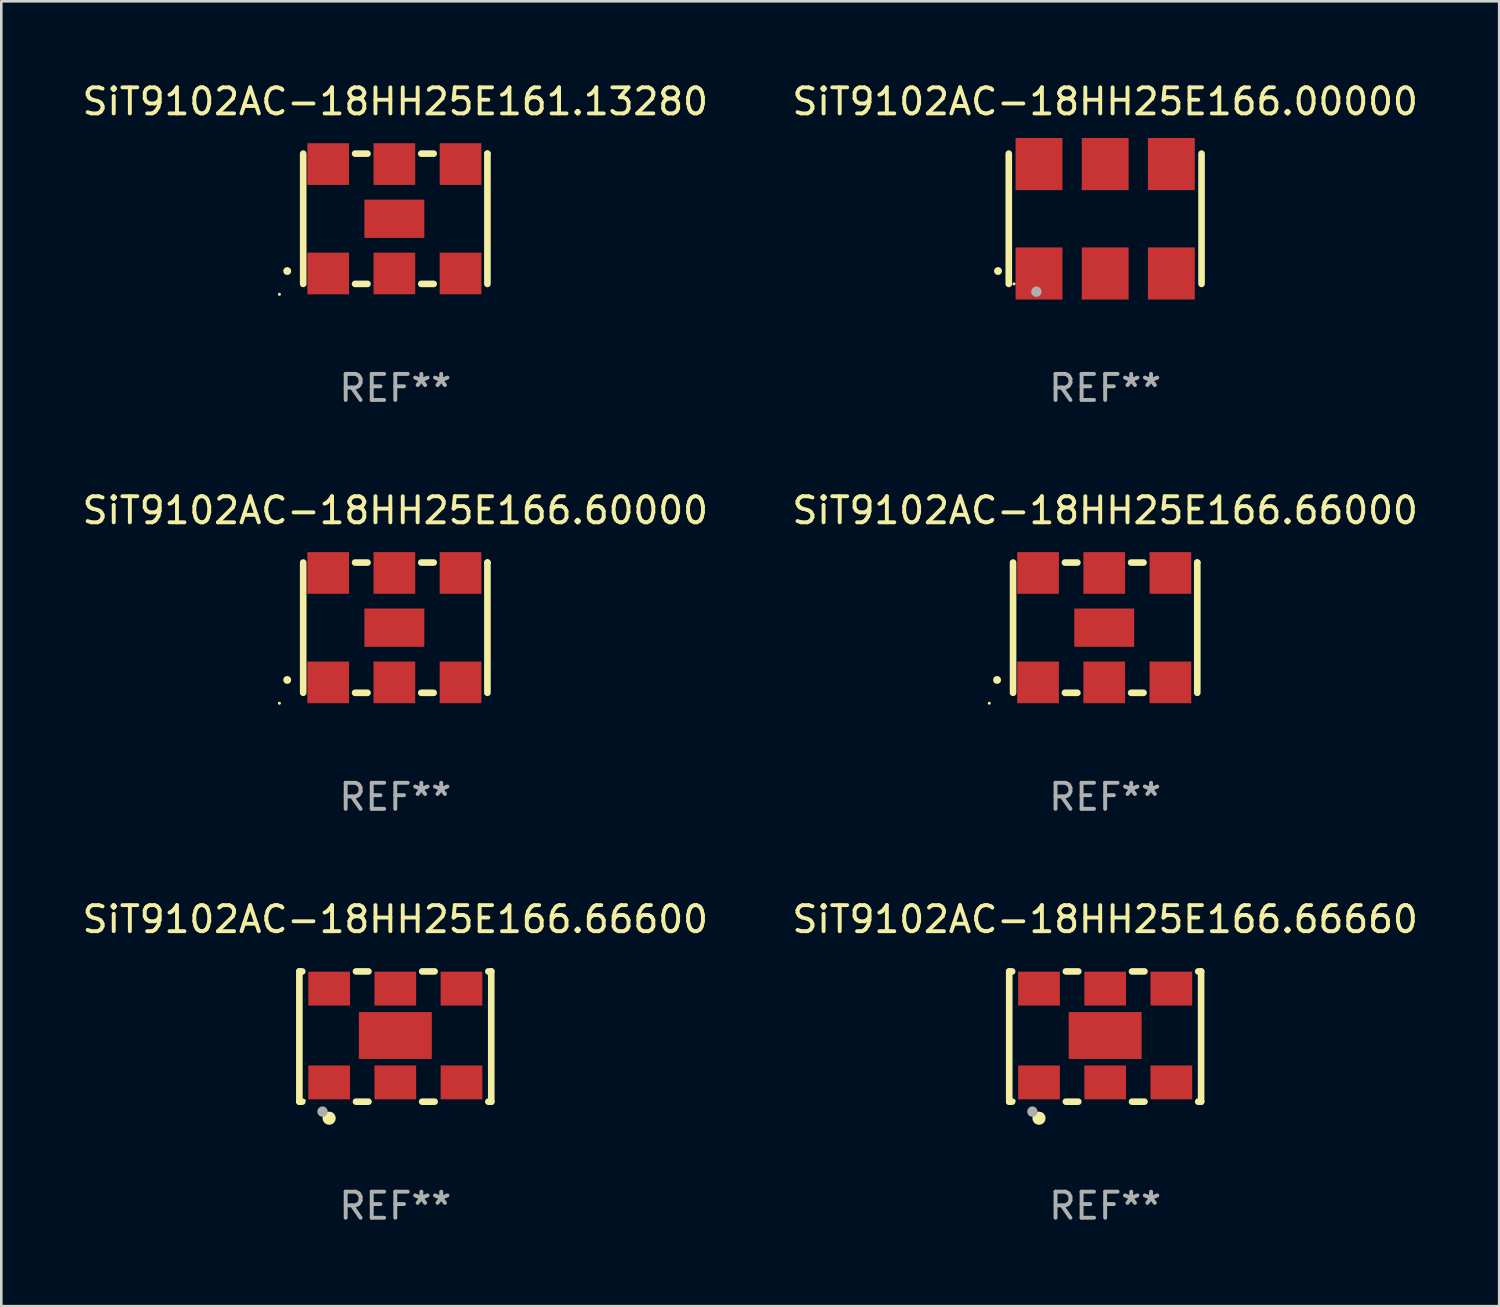
<source format=kicad_pcb>
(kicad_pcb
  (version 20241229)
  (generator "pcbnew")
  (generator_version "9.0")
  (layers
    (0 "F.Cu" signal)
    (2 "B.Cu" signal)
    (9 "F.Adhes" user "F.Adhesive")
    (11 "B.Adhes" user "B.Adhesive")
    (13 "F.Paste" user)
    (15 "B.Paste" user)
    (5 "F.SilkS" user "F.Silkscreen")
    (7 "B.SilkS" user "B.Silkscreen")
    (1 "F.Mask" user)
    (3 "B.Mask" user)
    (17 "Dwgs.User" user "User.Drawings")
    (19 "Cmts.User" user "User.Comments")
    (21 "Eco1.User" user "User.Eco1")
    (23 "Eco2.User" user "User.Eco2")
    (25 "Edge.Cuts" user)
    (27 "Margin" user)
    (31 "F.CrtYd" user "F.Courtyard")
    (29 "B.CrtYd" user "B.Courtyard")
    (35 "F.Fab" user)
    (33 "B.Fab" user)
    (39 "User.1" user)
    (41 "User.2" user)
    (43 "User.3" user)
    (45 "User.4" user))
  (footprint "SiT9102AC-18HH25E161.13280"
    (layer "F.Cu")
    (at 12.125 5.348)
    (property "Reference" "SiT9102AC-18HH25E161.13280" (at 0 -4.5 0) (layer "F.SilkS") (effects (font (size 1 1) (thickness 0.15))))
    (attr through_hole)
    (fp_line (start -3.536 -2.5) (end -3.536 2.5) (stroke (width 0.254) (type solid)) (layer "F.SilkS"))
    (fp_line (start -1.544 2.5) (end -1.067 2.5) (stroke (width 0.254) (type solid)) (layer "F.SilkS"))
    (fp_line (start -1.067 -2.5) (end -1.544 -2.5) (stroke (width 0.254) (type solid)) (layer "F.SilkS"))
    (fp_line (start 0.996 2.5) (end 1.473 2.5) (stroke (width 0.254) (type solid)) (layer "F.SilkS"))
    (fp_line (start 1.473 -2.5) (end 0.996 -2.5) (stroke (width 0.254) (type solid)) (layer "F.SilkS"))
    (fp_line (start 3.536 -2.5) (end 3.536 -2.5) (stroke (width 0.254) (type solid)) (layer "F.SilkS"))
    (fp_line (start 3.536 2.5) (end 3.536 -2.5) (stroke (width 0.254) (type solid)) (layer "F.SilkS"))
    (fp_arc (start -4.150432 2.006604) (mid -4.149162 2.006599) (end -4.147892 2.006604) (stroke (width 0.3) (type solid)) (layer "F.SilkS"))
    (fp_circle (center -4.449 2.9) (end -4.419 2.9) (stroke (width 0.06) (type solid)) (fill no) (layer "F.SilkS"))
    (fp_text user "REF**" (at 0 6.5 0) (layer "F.Fab") (effects (font (size 1 1) (thickness 0.15))))
    (pad "1" smd rect (at -2.576 2.1) (size 1.6 1.6) (layers "F.Cu" "F.Mask" "F.Paste"))
    (pad "2" smd rect (at -0.036 2.1) (size 1.6 1.6) (layers "F.Cu" "F.Mask" "F.Paste"))
    (pad "3" smd rect (at 2.504 2.1) (size 1.6 1.6) (layers "F.Cu" "F.Mask" "F.Paste"))
    (pad "4" smd rect (at 2.504 -2.1) (size 1.6 1.6) (layers "F.Cu" "F.Mask" "F.Paste"))
    (pad "5" smd rect (at -0.036 -2.1) (size 1.6 1.6) (layers "F.Cu" "F.Mask" "F.Paste"))
    (pad "6" smd rect (at -2.576 -2.1) (size 1.6 1.6) (layers "F.Cu" "F.Mask" "F.Paste"))
    (pad "7" smd rect (at -0.036 0) (size 2.3 1.47) (layers "F.Cu" "F.Mask" "F.Paste")))
  (footprint "SiT9102AC-18HH25E166.00000"
    (layer "F.Cu")
    (at 39.375 5.348)
    (property "Reference" "SiT9102AC-18HH25E166.00000" (at 0 -4.5 0) (layer "F.SilkS") (effects (font (size 1 1) (thickness 0.15))))
    (attr through_hole)
    (fp_line (start -3.7 -2.5) (end -3.7 2.5) (stroke (width 0.254) (type solid)) (layer "F.SilkS"))
    (fp_line (start 3.7 -2.5) (end 3.7 2.5) (stroke (width 0.254) (type solid)) (layer "F.SilkS"))
    (fp_arc (start -4.114415 2.006604) (mid -4.113145 2.006599) (end -4.111875 2.006604) (stroke (width 0.3) (type solid)) (layer "F.SilkS"))
    (fp_circle (center -3.5 2.501) (end -3.47 2.501) (stroke (width 0.06) (type solid)) (fill no) (layer "F.SilkS"))
    (fp_circle (center -2.641 2.799) (end -2.541 2.799) (stroke (width 0.2) (type solid)) (fill no) (layer "F.Fab"))
    (fp_text user "REF**" (at 0 6.5 0) (layer "F.Fab") (effects (font (size 1 1) (thickness 0.15))))
    (pad "1" smd rect (at -2.54 2.1) (size 1.8 2) (layers "F.Cu" "F.Mask" "F.Paste"))
    (pad "2" smd rect (at 0.000394 2.1) (size 1.8 2) (layers "F.Cu" "F.Mask" "F.Paste"))
    (pad "3" smd rect (at 2.54 2.1) (size 1.8 2) (layers "F.Cu" "F.Mask" "F.Paste"))
    (pad "4" smd rect (at 2.54 -2.1) (size 1.8 2) (layers "F.Cu" "F.Mask" "F.Paste"))
    (pad "5" smd rect (at 0.000394 -2.1) (size 1.8 2) (layers "F.Cu" "F.Mask" "F.Paste"))
    (pad "6" smd rect (at -2.54 -2.1) (size 1.8 2) (layers "F.Cu" "F.Mask" "F.Paste")))
  (footprint "SiT9102AC-18HH25E166.66600"
    (layer "F.Cu")
    (at 12.125 36.741)
    (property "Reference" "SiT9102AC-18HH25E166.66600" (at 0 -4.5 0) (layer "F.SilkS") (effects (font (size 1 1) (thickness 0.15))))
    (attr through_hole)
    (fp_line (start -3.683 -2.5) (end -3.571 -2.5) (stroke (width 0.254) (type solid)) (layer "F.SilkS"))
    (fp_line (start -3.683 2.5) (end -3.683 -2.5) (stroke (width 0.254) (type solid)) (layer "F.SilkS"))
    (fp_line (start -3.683 2.5) (end -3.571 2.5) (stroke (width 0.254) (type solid)) (layer "F.SilkS"))
    (fp_line (start -1.509 -2.5) (end -1.031 -2.5) (stroke (width 0.254) (type solid)) (layer "F.SilkS"))
    (fp_line (start -1.509 2.5) (end -1.031 2.5) (stroke (width 0.254) (type solid)) (layer "F.SilkS"))
    (fp_line (start 1.031 -2.5) (end 1.509 -2.5) (stroke (width 0.254) (type solid)) (layer "F.SilkS"))
    (fp_line (start 1.031 2.5) (end 1.509 2.5) (stroke (width 0.254) (type solid)) (layer "F.SilkS"))
    (fp_line (start 3.571 -2.5) (end 3.683 -2.5) (stroke (width 0.254) (type solid)) (layer "F.SilkS"))
    (fp_line (start 3.571 2.5) (end 3.683 2.5) (stroke (width 0.254) (type solid)) (layer "F.SilkS"))
    (fp_line (start 3.683 2.5) (end 3.683 -2.5) (stroke (width 0.254) (type solid)) (layer "F.SilkS"))
    (fp_circle (center -3.5 2.46) (end -3.47 2.46) (stroke (width 0.06) (type solid)) (fill no) (layer "F.SilkS"))
    (fp_circle (center -2.54 3.135) (end -2.413 3.135) (stroke (width 0.254) (type solid)) (fill no) (layer "F.SilkS"))
    (fp_circle (center -2.794 2.881) (end -2.694 2.881) (stroke (width 0.2) (type solid)) (fill no) (layer "F.Fab"))
    (fp_text user "REF**" (at 0 6.5 0) (layer "F.Fab") (effects (font (size 1 1) (thickness 0.15))))
    (pad "1" smd rect (at -2.54 1.76) (size 1.6 1.3) (layers "F.Cu" "F.Mask" "F.Paste"))
    (pad "2" smd rect (at 0 1.76) (size 1.6 1.3) (layers "F.Cu" "F.Mask" "F.Paste"))
    (pad "3" smd rect (at 2.54 1.76) (size 1.6 1.3) (layers "F.Cu" "F.Mask" "F.Paste"))
    (pad "4" smd rect (at 2.54 -1.84) (size 1.6 1.3) (layers "F.Cu" "F.Mask" "F.Paste"))
    (pad "5" smd rect (at 0 -1.84) (size 1.6 1.3) (layers "F.Cu" "F.Mask" "F.Paste"))
    (pad "6" smd rect (at -2.54 -1.84) (size 1.6 1.3) (layers "F.Cu" "F.Mask" "F.Paste"))
    (pad "7" smd rect (at 0 -0.04) (size 2.8 1.8) (layers "F.Cu" "F.Mask" "F.Paste")))
  (footprint "SiT9102AC-18HH25E166.66660"
    (layer "F.Cu")
    (at 39.375 36.741)
    (property "Reference" "SiT9102AC-18HH25E166.66660" (at 0 -4.5 0) (layer "F.SilkS") (effects (font (size 1 1) (thickness 0.15))))
    (attr through_hole)
    (fp_line (start -3.683 -2.5) (end -3.571 -2.5) (stroke (width 0.254) (type solid)) (layer "F.SilkS"))
    (fp_line (start -3.683 2.5) (end -3.683 -2.5) (stroke (width 0.254) (type solid)) (layer "F.SilkS"))
    (fp_line (start -3.683 2.5) (end -3.571 2.5) (stroke (width 0.254) (type solid)) (layer "F.SilkS"))
    (fp_line (start -1.509 -2.5) (end -1.031 -2.5) (stroke (width 0.254) (type solid)) (layer "F.SilkS"))
    (fp_line (start -1.509 2.5) (end -1.031 2.5) (stroke (width 0.254) (type solid)) (layer "F.SilkS"))
    (fp_line (start 1.031 -2.5) (end 1.509 -2.5) (stroke (width 0.254) (type solid)) (layer "F.SilkS"))
    (fp_line (start 1.031 2.5) (end 1.509 2.5) (stroke (width 0.254) (type solid)) (layer "F.SilkS"))
    (fp_line (start 3.571 -2.5) (end 3.683 -2.5) (stroke (width 0.254) (type solid)) (layer "F.SilkS"))
    (fp_line (start 3.571 2.5) (end 3.683 2.5) (stroke (width 0.254) (type solid)) (layer "F.SilkS"))
    (fp_line (start 3.683 2.5) (end 3.683 -2.5) (stroke (width 0.254) (type solid)) (layer "F.SilkS"))
    (fp_circle (center -3.5 2.46) (end -3.47 2.46) (stroke (width 0.06) (type solid)) (fill no) (layer "F.SilkS"))
    (fp_circle (center -2.54 3.135) (end -2.413 3.135) (stroke (width 0.254) (type solid)) (fill no) (layer "F.SilkS"))
    (fp_circle (center -2.794 2.881) (end -2.694 2.881) (stroke (width 0.2) (type solid)) (fill no) (layer "F.Fab"))
    (fp_text user "REF**" (at 0 6.5 0) (layer "F.Fab") (effects (font (size 1 1) (thickness 0.15))))
    (pad "1" smd rect (at -2.54 1.76) (size 1.6 1.3) (layers "F.Cu" "F.Mask" "F.Paste"))
    (pad "2" smd rect (at 0 1.76) (size 1.6 1.3) (layers "F.Cu" "F.Mask" "F.Paste"))
    (pad "3" smd rect (at 2.54 1.76) (size 1.6 1.3) (layers "F.Cu" "F.Mask" "F.Paste"))
    (pad "4" smd rect (at 2.54 -1.84) (size 1.6 1.3) (layers "F.Cu" "F.Mask" "F.Paste"))
    (pad "5" smd rect (at 0 -1.84) (size 1.6 1.3) (layers "F.Cu" "F.Mask" "F.Paste"))
    (pad "6" smd rect (at -2.54 -1.84) (size 1.6 1.3) (layers "F.Cu" "F.Mask" "F.Paste"))
    (pad "7" smd rect (at 0 -0.04) (size 2.8 1.8) (layers "F.Cu" "F.Mask" "F.Paste")))
  (footprint "SiT9102AC-18HH25E166.66000"
    (layer "F.Cu")
    (at 39.375 21.045)
    (property "Reference" "SiT9102AC-18HH25E166.66000" (at 0 -4.5 0) (layer "F.SilkS") (effects (font (size 1 1) (thickness 0.15))))
    (attr through_hole)
    (fp_line (start -3.536 -2.5) (end -3.536 2.5) (stroke (width 0.254) (type solid)) (layer "F.SilkS"))
    (fp_line (start -1.544 2.5) (end -1.067 2.5) (stroke (width 0.254) (type solid)) (layer "F.SilkS"))
    (fp_line (start -1.067 -2.5) (end -1.544 -2.5) (stroke (width 0.254) (type solid)) (layer "F.SilkS"))
    (fp_line (start 0.996 2.5) (end 1.473 2.5) (stroke (width 0.254) (type solid)) (layer "F.SilkS"))
    (fp_line (start 1.473 -2.5) (end 0.996 -2.5) (stroke (width 0.254) (type solid)) (layer "F.SilkS"))
    (fp_line (start 3.536 -2.5) (end 3.536 -2.5) (stroke (width 0.254) (type solid)) (layer "F.SilkS"))
    (fp_line (start 3.536 2.5) (end 3.536 -2.5) (stroke (width 0.254) (type solid)) (layer "F.SilkS"))
    (fp_arc (start -4.150432 2.006604) (mid -4.149162 2.006599) (end -4.147892 2.006604) (stroke (width 0.3) (type solid)) (layer "F.SilkS"))
    (fp_circle (center -4.449 2.9) (end -4.419 2.9) (stroke (width 0.06) (type solid)) (fill no) (layer "F.SilkS"))
    (fp_text user "REF**" (at 0 6.5 0) (layer "F.Fab") (effects (font (size 1 1) (thickness 0.15))))
    (pad "1" smd rect (at -2.576 2.1) (size 1.6 1.6) (layers "F.Cu" "F.Mask" "F.Paste"))
    (pad "2" smd rect (at -0.036 2.1) (size 1.6 1.6) (layers "F.Cu" "F.Mask" "F.Paste"))
    (pad "3" smd rect (at 2.504 2.1) (size 1.6 1.6) (layers "F.Cu" "F.Mask" "F.Paste"))
    (pad "4" smd rect (at 2.504 -2.1) (size 1.6 1.6) (layers "F.Cu" "F.Mask" "F.Paste"))
    (pad "5" smd rect (at -0.036 -2.1) (size 1.6 1.6) (layers "F.Cu" "F.Mask" "F.Paste"))
    (pad "6" smd rect (at -2.576 -2.1) (size 1.6 1.6) (layers "F.Cu" "F.Mask" "F.Paste"))
    (pad "7" smd rect (at -0.036 0) (size 2.3 1.47) (layers "F.Cu" "F.Mask" "F.Paste")))
  (footprint "SiT9102AC-18HH25E166.60000"
    (layer "F.Cu")
    (at 12.125 21.045)
    (property "Reference" "SiT9102AC-18HH25E166.60000" (at 0 -4.5 0) (layer "F.SilkS") (effects (font (size 1 1) (thickness 0.15))))
    (attr through_hole)
    (fp_line (start -3.536 -2.5) (end -3.536 2.5) (stroke (width 0.254) (type solid)) (layer "F.SilkS"))
    (fp_line (start -1.544 2.5) (end -1.067 2.5) (stroke (width 0.254) (type solid)) (layer "F.SilkS"))
    (fp_line (start -1.067 -2.5) (end -1.544 -2.5) (stroke (width 0.254) (type solid)) (layer "F.SilkS"))
    (fp_line (start 0.996 2.5) (end 1.473 2.5) (stroke (width 0.254) (type solid)) (layer "F.SilkS"))
    (fp_line (start 1.473 -2.5) (end 0.996 -2.5) (stroke (width 0.254) (type solid)) (layer "F.SilkS"))
    (fp_line (start 3.536 -2.5) (end 3.536 -2.5) (stroke (width 0.254) (type solid)) (layer "F.SilkS"))
    (fp_line (start 3.536 2.5) (end 3.536 -2.5) (stroke (width 0.254) (type solid)) (layer "F.SilkS"))
    (fp_arc (start -4.150432 2.006604) (mid -4.149162 2.006599) (end -4.147892 2.006604) (stroke (width 0.3) (type solid)) (layer "F.SilkS"))
    (fp_circle (center -4.449 2.9) (end -4.419 2.9) (stroke (width 0.06) (type solid)) (fill no) (layer "F.SilkS"))
    (fp_text user "REF**" (at 0 6.5 0) (layer "F.Fab") (effects (font (size 1 1) (thickness 0.15))))
    (pad "1" smd rect (at -2.576 2.1) (size 1.6 1.6) (layers "F.Cu" "F.Mask" "F.Paste"))
    (pad "2" smd rect (at -0.036 2.1) (size 1.6 1.6) (layers "F.Cu" "F.Mask" "F.Paste"))
    (pad "3" smd rect (at 2.504 2.1) (size 1.6 1.6) (layers "F.Cu" "F.Mask" "F.Paste"))
    (pad "4" smd rect (at 2.504 -2.1) (size 1.6 1.6) (layers "F.Cu" "F.Mask" "F.Paste"))
    (pad "5" smd rect (at -0.036 -2.1) (size 1.6 1.6) (layers "F.Cu" "F.Mask" "F.Paste"))
    (pad "6" smd rect (at -2.576 -2.1) (size 1.6 1.6) (layers "F.Cu" "F.Mask" "F.Paste"))
    (pad "7" smd rect (at -0.036 0) (size 2.3 1.47) (layers "F.Cu" "F.Mask" "F.Paste")))
  (gr_rect
    (start -3 -3)
    (end 54.5 47.09)
    (stroke (width 0.1) (type default))
    (fill no)
    (layer "Edge.Cuts")))
</source>
